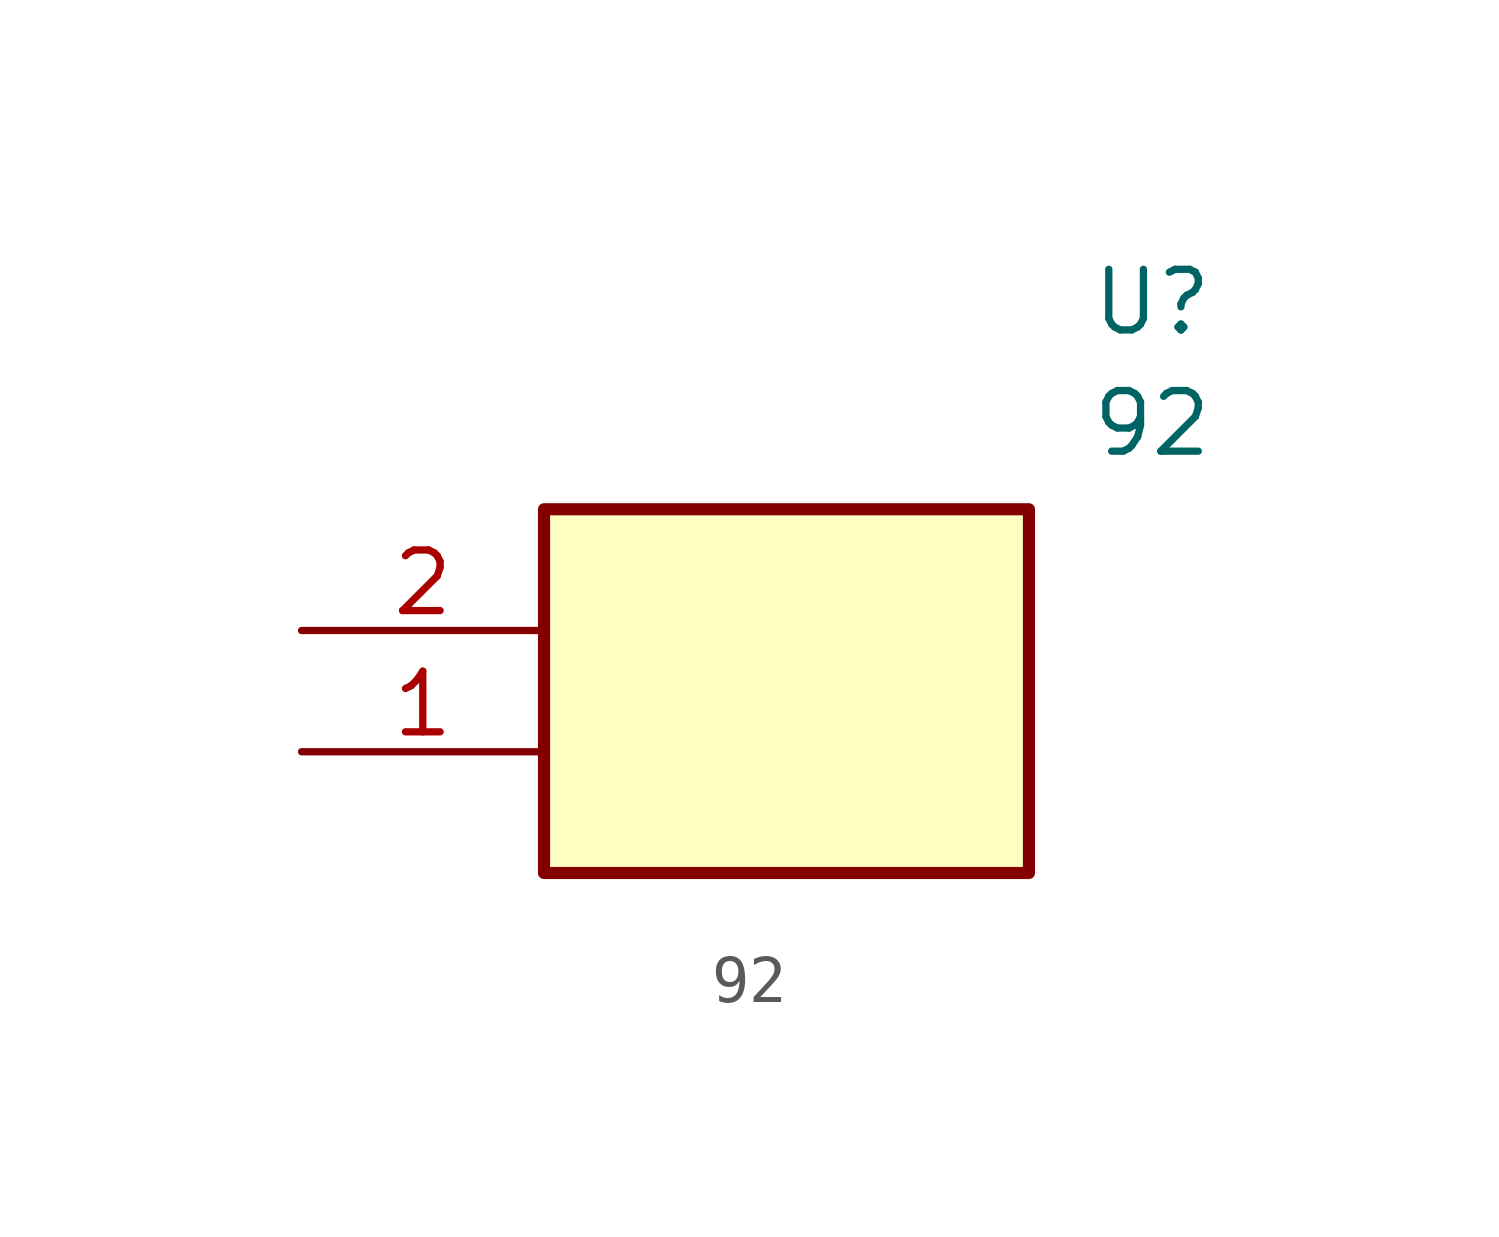
<source format=kicad_sym>
(kicad_symbol_lib
  (version 20231120)
  (generator "kicad_symbol_editor")
  (generator_version "8.0")
  (symbol "92"
    (property "Reference" "U"
      (at 16.51 7.62 0)
      (effects (font (size 1.27 1.27)) (justify left top)))
    (property "Value" "92"
      (at 16.51 5.08 0)
      (effects (font (size 1.27 1.27)) (justify left top)))
    (symbol "92_1_1"
      (rectangle (start 5.08 2.54) (end 15.24 -5.08) (stroke (width 0.254) (type default)) (fill (type background)))
      (pin passive line (at 0 -2.54 0) (length 5.08) (name "" (effects (font (size 1.27 1.27)))) (number "1" (effects (font (size 1.27 1.27)))))
      (pin passive line (at 0 0 0) (length 5.08) (name "" (effects (font (size 1.27 1.27)))) (number "2" (effects (font (size 1.27 1.27))))))))
</source>
